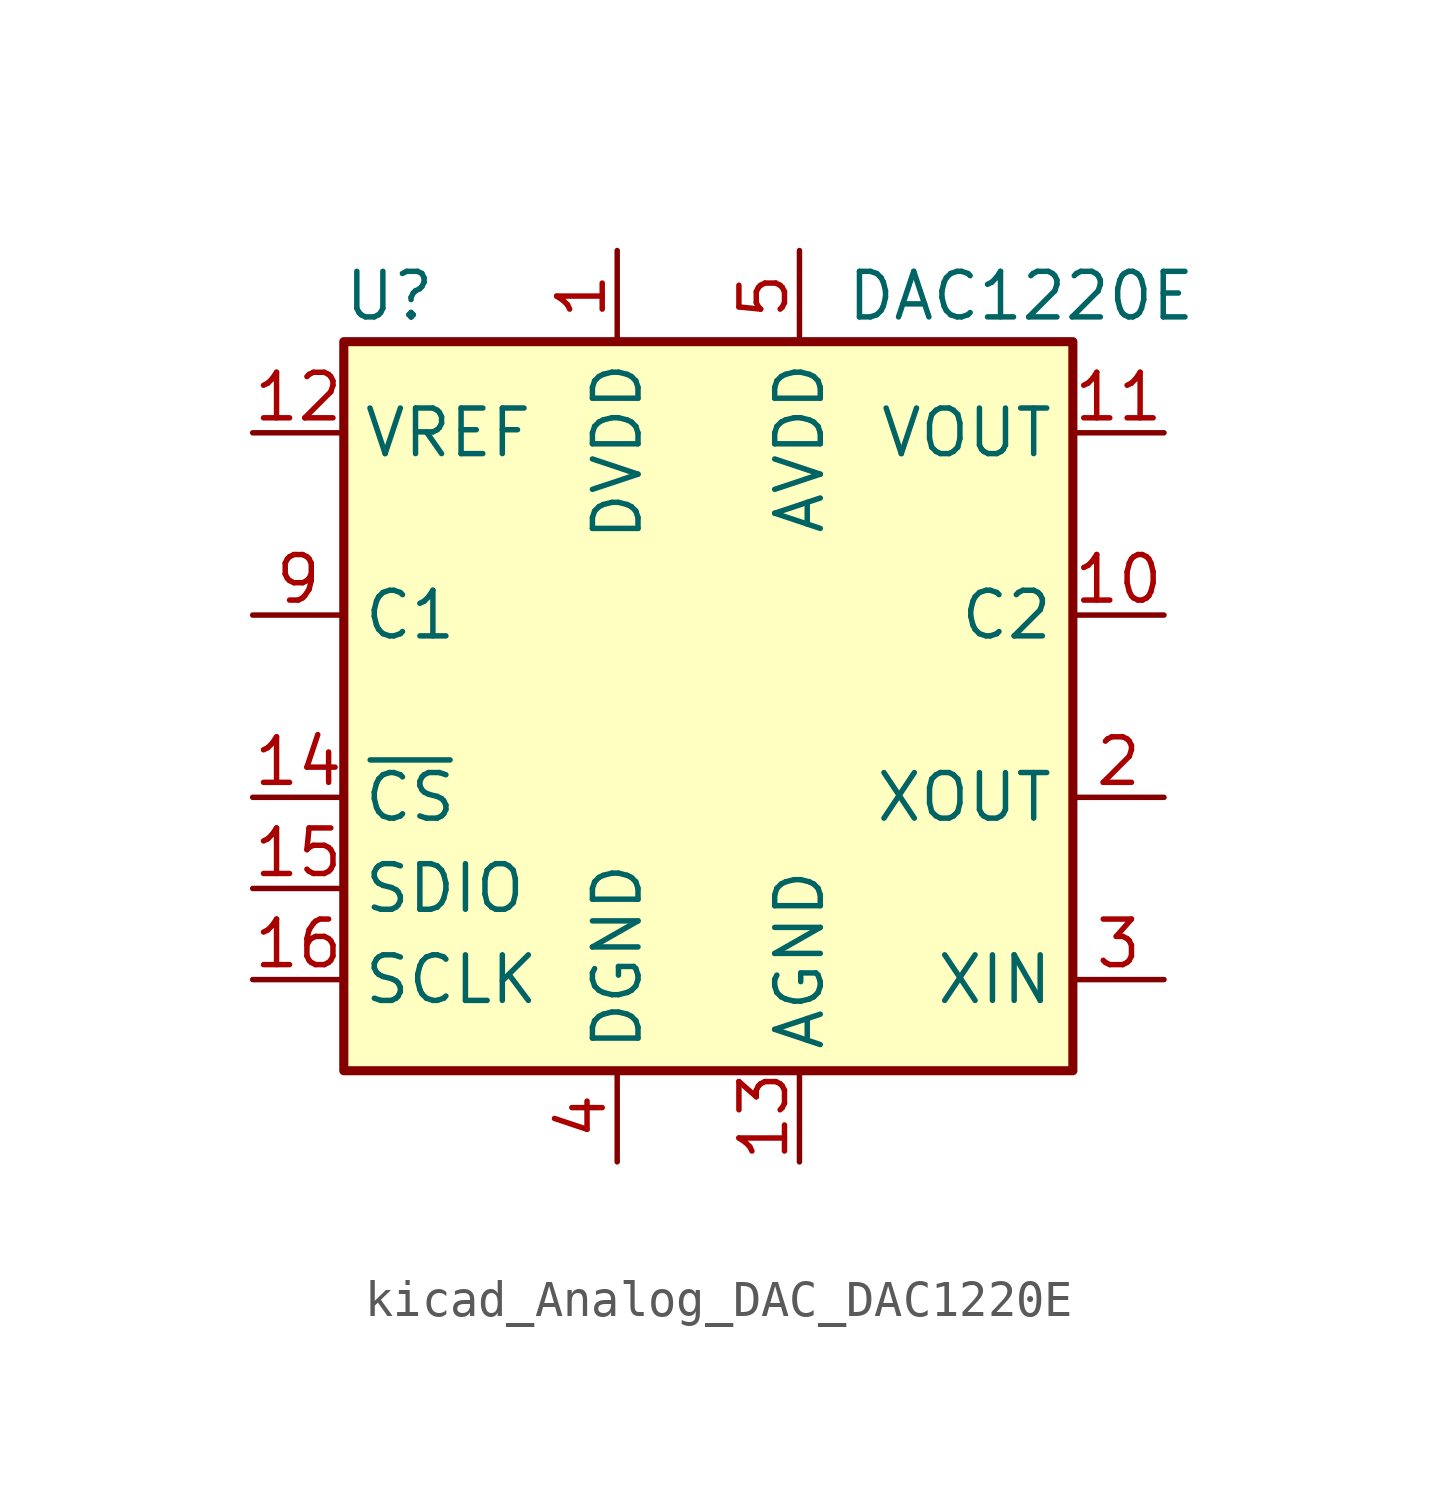
<source format=kicad_sym>
(kicad_symbol_lib
  (version 20220914)
  (generator kicad_symbol_editor)
  (symbol "kicad_Analog_DAC_DAC1220E"
    (property "Reference" "U"
      (at -8.89 11.43 0)
      (effects (font (size 1.27 1.27))))
    (property "Value" "DAC1220E"
      (at 3.81 11.43 0)
      (effects (font (size 1.27 1.27)) (justify left)))
    (symbol "kicad_Analog_DAC_DAC1220E_0_1"
      (rectangle (start -10.16 10.16) (end 10.16 -10.16) (stroke (width 0.254) (type default)) (fill (type background))))
    (symbol "kicad_Analog_DAC_DAC1220E_1_1"
      (pin power_in line (at -2.54 12.7 270) (length 2.54) (name "DVDD" (effects (font (size 1.27 1.27)))) (number "1" (effects (font (size 1.27 1.27)))))
      (pin passive line (at 12.7 2.54 180) (length 2.54) (name "C2" (effects (font (size 1.27 1.27)))) (number "10" (effects (font (size 1.27 1.27)))))
      (pin output line (at 12.7 7.62 180) (length 2.54) (name "VOUT" (effects (font (size 1.27 1.27)))) (number "11" (effects (font (size 1.27 1.27)))))
      (pin input line (at -12.7 7.62 0) (length 2.54) (name "VREF" (effects (font (size 1.27 1.27)))) (number "12" (effects (font (size 1.27 1.27)))))
      (pin power_in line (at 2.54 -12.7 90) (length 2.54) (name "AGND" (effects (font (size 1.27 1.27)))) (number "13" (effects (font (size 1.27 1.27)))))
      (pin input line (at -12.7 -2.54 0) (length 2.54) (name "~{CS}" (effects (font (size 1.27 1.27)))) (number "14" (effects (font (size 1.27 1.27)))))
      (pin bidirectional line (at -12.7 -5.08 0) (length 2.54) (name "SDIO" (effects (font (size 1.27 1.27)))) (number "15" (effects (font (size 1.27 1.27)))))
      (pin input line (at -12.7 -7.62 0) (length 2.54) (name "SCLK" (effects (font (size 1.27 1.27)))) (number "16" (effects (font (size 1.27 1.27)))))
      (pin output line (at 12.7 -2.54 180) (length 2.54) (name "XOUT" (effects (font (size 1.27 1.27)))) (number "2" (effects (font (size 1.27 1.27)))))
      (pin input line (at 12.7 -7.62 180) (length 2.54) (name "XIN" (effects (font (size 1.27 1.27)))) (number "3" (effects (font (size 1.27 1.27)))))
      (pin power_in line (at -2.54 -12.7 90) (length 2.54) (name "DGND" (effects (font (size 1.27 1.27)))) (number "4" (effects (font (size 1.27 1.27)))))
      (pin power_in line (at 2.54 12.7 270) (length 2.54) (name "AVDD" (effects (font (size 1.27 1.27)))) (number "5" (effects (font (size 1.27 1.27)))))
      (pin no_connect line (at 10.16 5.08 180) (length 2.54) hide (name "DNC" (effects (font (size 1.27 1.27)))) (number "6" (effects (font (size 1.27 1.27)))))
      (pin no_connect line (at 10.16 0 180) (length 2.54) hide (name "DNC" (effects (font (size 1.27 1.27)))) (number "7" (effects (font (size 1.27 1.27)))))
      (pin no_connect line (at 10.16 -5.08 180) (length 2.54) hide (name "DNC" (effects (font (size 1.27 1.27)))) (number "8" (effects (font (size 1.27 1.27)))))
      (pin passive line (at -12.7 2.54 0) (length 2.54) (name "C1" (effects (font (size 1.27 1.27)))) (number "9" (effects (font (size 1.27 1.27))))))))
</source>
